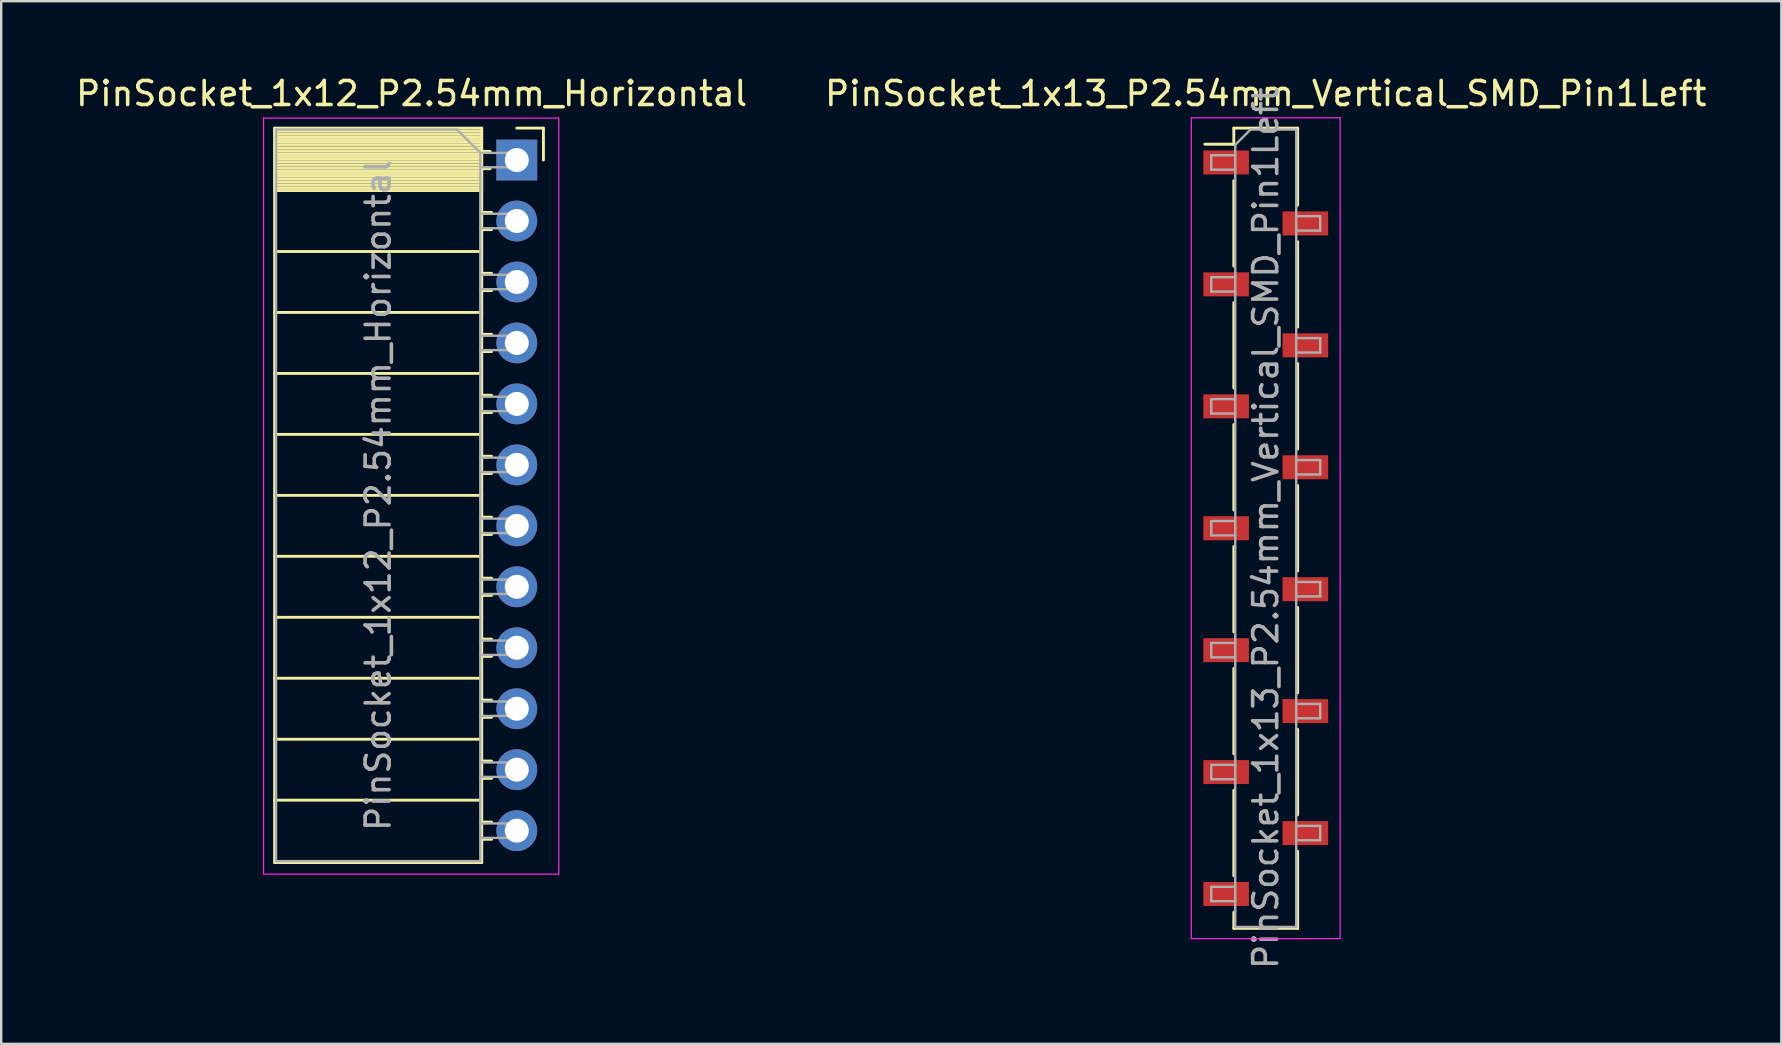
<source format=kicad_pcb>
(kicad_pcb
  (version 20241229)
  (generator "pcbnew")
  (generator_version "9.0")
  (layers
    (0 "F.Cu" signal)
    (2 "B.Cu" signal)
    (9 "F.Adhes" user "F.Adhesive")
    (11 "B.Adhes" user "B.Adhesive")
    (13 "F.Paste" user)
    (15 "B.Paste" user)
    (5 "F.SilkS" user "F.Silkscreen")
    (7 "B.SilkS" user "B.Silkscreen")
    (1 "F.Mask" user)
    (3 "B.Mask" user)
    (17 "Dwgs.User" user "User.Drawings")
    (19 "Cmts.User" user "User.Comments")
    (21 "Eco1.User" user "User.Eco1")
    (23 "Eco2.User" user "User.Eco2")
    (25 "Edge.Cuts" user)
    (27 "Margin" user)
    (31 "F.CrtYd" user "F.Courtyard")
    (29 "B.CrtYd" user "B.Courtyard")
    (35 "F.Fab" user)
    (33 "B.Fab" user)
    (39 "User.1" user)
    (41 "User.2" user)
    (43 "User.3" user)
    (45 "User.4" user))
  (footprint "PinSocket_1x13_P2.54mm_Vertical_SMD_Pin1Left"
    (layer "F.Cu")
    (at 49.685 18.958)
    (property "Reference" "PinSocket_1x13_P2.54mm_Vertical_SMD_Pin1Left" (at 0 -18.11 0) (layer "F.SilkS") (effects (font (size 1 1) (thickness 0.15))))
    (attr smd)
    (fp_line (start -2.54 -16) (end -1.33 -16) (stroke (width 0.12) (type solid)) (layer "F.SilkS"))
    (fp_line (start -1.33 -16.67) (end -1.33 -16) (stroke (width 0.12) (type solid)) (layer "F.SilkS"))
    (fp_line (start -1.33 -16.67) (end 1.33 -16.67) (stroke (width 0.12) (type solid)) (layer "F.SilkS"))
    (fp_line (start -1.33 -14.48) (end -1.33 -10.92) (stroke (width 0.12) (type solid)) (layer "F.SilkS"))
    (fp_line (start -1.33 -9.4) (end -1.33 -5.84) (stroke (width 0.12) (type solid)) (layer "F.SilkS"))
    (fp_line (start -1.33 -4.32) (end -1.33 -0.76) (stroke (width 0.12) (type solid)) (layer "F.SilkS"))
    (fp_line (start -1.33 0.76) (end -1.33 4.32) (stroke (width 0.12) (type solid)) (layer "F.SilkS"))
    (fp_line (start -1.33 5.84) (end -1.33 9.4) (stroke (width 0.12) (type solid)) (layer "F.SilkS"))
    (fp_line (start -1.33 10.92) (end -1.33 14.48) (stroke (width 0.12) (type solid)) (layer "F.SilkS"))
    (fp_line (start -1.33 16) (end -1.33 16.67) (stroke (width 0.12) (type solid)) (layer "F.SilkS"))
    (fp_line (start -1.33 16.67) (end 1.33 16.67) (stroke (width 0.12) (type solid)) (layer "F.SilkS"))
    (fp_line (start 1.33 -16.67) (end 1.33 -13.46) (stroke (width 0.12) (type solid)) (layer "F.SilkS"))
    (fp_line (start 1.33 -11.94) (end 1.33 -8.38) (stroke (width 0.12) (type solid)) (layer "F.SilkS"))
    (fp_line (start 1.33 -6.86) (end 1.33 -3.3) (stroke (width 0.12) (type solid)) (layer "F.SilkS"))
    (fp_line (start 1.33 -1.78) (end 1.33 1.78) (stroke (width 0.12) (type solid)) (layer "F.SilkS"))
    (fp_line (start 1.33 3.3) (end 1.33 6.86) (stroke (width 0.12) (type solid)) (layer "F.SilkS"))
    (fp_line (start 1.33 8.38) (end 1.33 11.94) (stroke (width 0.12) (type solid)) (layer "F.SilkS"))
    (fp_line (start 1.33 13.46) (end 1.33 16.67) (stroke (width 0.12) (type solid)) (layer "F.SilkS"))
    (fp_line (start -3.1 -17.1) (end 3.1 -17.1) (stroke (width 0.05) (type solid)) (layer "F.CrtYd"))
    (fp_line (start -3.1 17.1) (end -3.1 -17.1) (stroke (width 0.05) (type solid)) (layer "F.CrtYd"))
    (fp_line (start 3.1 -17.1) (end 3.1 17.1) (stroke (width 0.05) (type solid)) (layer "F.CrtYd"))
    (fp_line (start 3.1 17.1) (end -3.1 17.1) (stroke (width 0.05) (type solid)) (layer "F.CrtYd"))
    (fp_line (start -2.27 -15.54) (end -1.27 -15.54) (stroke (width 0.1) (type solid)) (layer "F.Fab"))
    (fp_line (start -2.27 -14.94) (end -2.27 -15.54) (stroke (width 0.1) (type solid)) (layer "F.Fab"))
    (fp_line (start -2.27 -10.46) (end -1.27 -10.46) (stroke (width 0.1) (type solid)) (layer "F.Fab"))
    (fp_line (start -2.27 -9.86) (end -2.27 -10.46) (stroke (width 0.1) (type solid)) (layer "F.Fab"))
    (fp_line (start -2.27 -5.38) (end -1.27 -5.38) (stroke (width 0.1) (type solid)) (layer "F.Fab"))
    (fp_line (start -2.27 -4.78) (end -2.27 -5.38) (stroke (width 0.1) (type solid)) (layer "F.Fab"))
    (fp_line (start -2.27 -0.3) (end -1.27 -0.3) (stroke (width 0.1) (type solid)) (layer "F.Fab"))
    (fp_line (start -2.27 0.3) (end -2.27 -0.3) (stroke (width 0.1) (type solid)) (layer "F.Fab"))
    (fp_line (start -2.27 4.78) (end -1.27 4.78) (stroke (width 0.1) (type solid)) (layer "F.Fab"))
    (fp_line (start -2.27 5.38) (end -2.27 4.78) (stroke (width 0.1) (type solid)) (layer "F.Fab"))
    (fp_line (start -2.27 9.86) (end -1.27 9.86) (stroke (width 0.1) (type solid)) (layer "F.Fab"))
    (fp_line (start -2.27 10.46) (end -2.27 9.86) (stroke (width 0.1) (type solid)) (layer "F.Fab"))
    (fp_line (start -2.27 14.94) (end -1.27 14.94) (stroke (width 0.1) (type solid)) (layer "F.Fab"))
    (fp_line (start -2.27 15.54) (end -2.27 14.94) (stroke (width 0.1) (type solid)) (layer "F.Fab"))
    (fp_line (start -1.27 -15.975) (end -0.635 -16.61) (stroke (width 0.1) (type solid)) (layer "F.Fab"))
    (fp_line (start -1.27 -14.94) (end -2.27 -14.94) (stroke (width 0.1) (type solid)) (layer "F.Fab"))
    (fp_line (start -1.27 -9.86) (end -2.27 -9.86) (stroke (width 0.1) (type solid)) (layer "F.Fab"))
    (fp_line (start -1.27 -4.78) (end -2.27 -4.78) (stroke (width 0.1) (type solid)) (layer "F.Fab"))
    (fp_line (start -1.27 0.3) (end -2.27 0.3) (stroke (width 0.1) (type solid)) (layer "F.Fab"))
    (fp_line (start -1.27 5.38) (end -2.27 5.38) (stroke (width 0.1) (type solid)) (layer "F.Fab"))
    (fp_line (start -1.27 10.46) (end -2.27 10.46) (stroke (width 0.1) (type solid)) (layer "F.Fab"))
    (fp_line (start -1.27 15.54) (end -2.27 15.54) (stroke (width 0.1) (type solid)) (layer "F.Fab"))
    (fp_line (start -1.27 16.61) (end -1.27 -15.975) (stroke (width 0.1) (type solid)) (layer "F.Fab"))
    (fp_line (start -0.635 -16.61) (end 1.27 -16.61) (stroke (width 0.1) (type solid)) (layer "F.Fab"))
    (fp_line (start 1.27 -16.61) (end 1.27 16.61) (stroke (width 0.1) (type solid)) (layer "F.Fab"))
    (fp_line (start 1.27 -13) (end 2.27 -13) (stroke (width 0.1) (type solid)) (layer "F.Fab"))
    (fp_line (start 1.27 -7.92) (end 2.27 -7.92) (stroke (width 0.1) (type solid)) (layer "F.Fab"))
    (fp_line (start 1.27 -2.84) (end 2.27 -2.84) (stroke (width 0.1) (type solid)) (layer "F.Fab"))
    (fp_line (start 1.27 2.24) (end 2.27 2.24) (stroke (width 0.1) (type solid)) (layer "F.Fab"))
    (fp_line (start 1.27 7.32) (end 2.27 7.32) (stroke (width 0.1) (type solid)) (layer "F.Fab"))
    (fp_line (start 1.27 12.4) (end 2.27 12.4) (stroke (width 0.1) (type solid)) (layer "F.Fab"))
    (fp_line (start 1.27 16.61) (end -1.27 16.61) (stroke (width 0.1) (type solid)) (layer "F.Fab"))
    (fp_line (start 2.27 -13) (end 2.27 -12.4) (stroke (width 0.1) (type solid)) (layer "F.Fab"))
    (fp_line (start 2.27 -12.4) (end 1.27 -12.4) (stroke (width 0.1) (type solid)) (layer "F.Fab"))
    (fp_line (start 2.27 -7.92) (end 2.27 -7.32) (stroke (width 0.1) (type solid)) (layer "F.Fab"))
    (fp_line (start 2.27 -7.32) (end 1.27 -7.32) (stroke (width 0.1) (type solid)) (layer "F.Fab"))
    (fp_line (start 2.27 -2.84) (end 2.27 -2.24) (stroke (width 0.1) (type solid)) (layer "F.Fab"))
    (fp_line (start 2.27 -2.24) (end 1.27 -2.24) (stroke (width 0.1) (type solid)) (layer "F.Fab"))
    (fp_line (start 2.27 2.24) (end 2.27 2.84) (stroke (width 0.1) (type solid)) (layer "F.Fab"))
    (fp_line (start 2.27 2.84) (end 1.27 2.84) (stroke (width 0.1) (type solid)) (layer "F.Fab"))
    (fp_line (start 2.27 7.32) (end 2.27 7.92) (stroke (width 0.1) (type solid)) (layer "F.Fab"))
    (fp_line (start 2.27 7.92) (end 1.27 7.92) (stroke (width 0.1) (type solid)) (layer "F.Fab"))
    (fp_line (start 2.27 12.4) (end 2.27 13) (stroke (width 0.1) (type solid)) (layer "F.Fab"))
    (fp_line (start 2.27 13) (end 1.27 13) (stroke (width 0.1) (type solid)) (layer "F.Fab"))
    (fp_text user "${REFERENCE}" (at 0 0 90) (layer "F.Fab") (effects (font (size 1 1) (thickness 0.15))))
    (pad "1" smd rect (at -1.65 -15.24) (size 1.9 1) (layers "F.Cu" "F.Mask" "F.Paste"))
    (pad "2" smd rect (at 1.65 -12.7) (size 1.9 1) (layers "F.Cu" "F.Mask" "F.Paste"))
    (pad "3" smd rect (at -1.65 -10.16) (size 1.9 1) (layers "F.Cu" "F.Mask" "F.Paste"))
    (pad "4" smd rect (at 1.65 -7.62) (size 1.9 1) (layers "F.Cu" "F.Mask" "F.Paste"))
    (pad "5" smd rect (at -1.65 -5.08) (size 1.9 1) (layers "F.Cu" "F.Mask" "F.Paste"))
    (pad "6" smd rect (at 1.65 -2.54) (size 1.9 1) (layers "F.Cu" "F.Mask" "F.Paste"))
    (pad "7" smd rect (at -1.65 0) (size 1.9 1) (layers "F.Cu" "F.Mask" "F.Paste"))
    (pad "8" smd rect (at 1.65 2.54) (size 1.9 1) (layers "F.Cu" "F.Mask" "F.Paste"))
    (pad "9" smd rect (at -1.65 5.08) (size 1.9 1) (layers "F.Cu" "F.Mask" "F.Paste"))
    (pad "10" smd rect (at 1.65 7.62) (size 1.9 1) (layers "F.Cu" "F.Mask" "F.Paste"))
    (pad "11" smd rect (at -1.65 10.16) (size 1.9 1) (layers "F.Cu" "F.Mask" "F.Paste"))
    (pad "12" smd rect (at 1.65 12.7) (size 1.9 1) (layers "F.Cu" "F.Mask" "F.Paste"))
    (pad "13" smd rect (at -1.65 15.24) (size 1.9 1) (layers "F.Cu" "F.Mask" "F.Paste")))
  (footprint "PinSocket_1x12_P2.54mm_Horizontal"
    (layer "F.Cu")
    (at 18.481 3.618)
    (property "Reference" "PinSocket_1x12_P2.54mm_Horizontal" (at -4.38 -2.77 0) (layer "F.SilkS") (effects (font (size 1 1) (thickness 0.15))))
    (attr through_hole)
    (fp_line (start -10.09 -1.33) (end -10.09 29.27) (stroke (width 0.12) (type solid)) (layer "F.SilkS"))
    (fp_line (start -10.09 -1.33) (end -1.46 -1.33) (stroke (width 0.12) (type solid)) (layer "F.SilkS"))
    (fp_line (start -10.09 -1.21) (end -1.46 -1.21) (stroke (width 0.12) (type solid)) (layer "F.SilkS"))
    (fp_line (start -10.09 -1.092) (end -1.46 -1.092) (stroke (width 0.12) (type solid)) (layer "F.SilkS"))
    (fp_line (start -10.09 -0.974) (end -1.46 -0.974) (stroke (width 0.12) (type solid)) (layer "F.SilkS"))
    (fp_line (start -10.09 -0.856) (end -1.46 -0.856) (stroke (width 0.12) (type solid)) (layer "F.SilkS"))
    (fp_line (start -10.09 -0.738) (end -1.46 -0.738) (stroke (width 0.12) (type solid)) (layer "F.SilkS"))
    (fp_line (start -10.09 -0.62) (end -1.46 -0.62) (stroke (width 0.12) (type solid)) (layer "F.SilkS"))
    (fp_line (start -10.09 -0.501) (end -1.46 -0.501) (stroke (width 0.12) (type solid)) (layer "F.SilkS"))
    (fp_line (start -10.09 -0.383) (end -1.46 -0.383) (stroke (width 0.12) (type solid)) (layer "F.SilkS"))
    (fp_line (start -10.09 -0.265) (end -1.46 -0.265) (stroke (width 0.12) (type solid)) (layer "F.SilkS"))
    (fp_line (start -10.09 -0.147) (end -1.46 -0.147) (stroke (width 0.12) (type solid)) (layer "F.SilkS"))
    (fp_line (start -10.09 -0.029) (end -1.46 -0.029) (stroke (width 0.12) (type solid)) (layer "F.SilkS"))
    (fp_line (start -10.09 0.089) (end -1.46 0.089) (stroke (width 0.12) (type solid)) (layer "F.SilkS"))
    (fp_line (start -10.09 0.207) (end -1.46 0.207) (stroke (width 0.12) (type solid)) (layer "F.SilkS"))
    (fp_line (start -10.09 0.325) (end -1.46 0.325) (stroke (width 0.12) (type solid)) (layer "F.SilkS"))
    (fp_line (start -10.09 0.443) (end -1.46 0.443) (stroke (width 0.12) (type solid)) (layer "F.SilkS"))
    (fp_line (start -10.09 0.561) (end -1.46 0.561) (stroke (width 0.12) (type solid)) (layer "F.SilkS"))
    (fp_line (start -10.09 0.68) (end -1.46 0.68) (stroke (width 0.12) (type solid)) (layer "F.SilkS"))
    (fp_line (start -10.09 0.798) (end -1.46 0.798) (stroke (width 0.12) (type solid)) (layer "F.SilkS"))
    (fp_line (start -10.09 0.916) (end -1.46 0.916) (stroke (width 0.12) (type solid)) (layer "F.SilkS"))
    (fp_line (start -10.09 1.034) (end -1.46 1.034) (stroke (width 0.12) (type solid)) (layer "F.SilkS"))
    (fp_line (start -10.09 1.152) (end -1.46 1.152) (stroke (width 0.12) (type solid)) (layer "F.SilkS"))
    (fp_line (start -10.09 1.27) (end -1.46 1.27) (stroke (width 0.12) (type solid)) (layer "F.SilkS"))
    (fp_line (start -10.09 3.81) (end -1.46 3.81) (stroke (width 0.12) (type solid)) (layer "F.SilkS"))
    (fp_line (start -10.09 6.35) (end -1.46 6.35) (stroke (width 0.12) (type solid)) (layer "F.SilkS"))
    (fp_line (start -10.09 8.89) (end -1.46 8.89) (stroke (width 0.12) (type solid)) (layer "F.SilkS"))
    (fp_line (start -10.09 11.43) (end -1.46 11.43) (stroke (width 0.12) (type solid)) (layer "F.SilkS"))
    (fp_line (start -10.09 13.97) (end -1.46 13.97) (stroke (width 0.12) (type solid)) (layer "F.SilkS"))
    (fp_line (start -10.09 16.51) (end -1.46 16.51) (stroke (width 0.12) (type solid)) (layer "F.SilkS"))
    (fp_line (start -10.09 19.05) (end -1.46 19.05) (stroke (width 0.12) (type solid)) (layer "F.SilkS"))
    (fp_line (start -10.09 21.59) (end -1.46 21.59) (stroke (width 0.12) (type solid)) (layer "F.SilkS"))
    (fp_line (start -10.09 24.13) (end -1.46 24.13) (stroke (width 0.12) (type solid)) (layer "F.SilkS"))
    (fp_line (start -10.09 26.67) (end -1.46 26.67) (stroke (width 0.12) (type solid)) (layer "F.SilkS"))
    (fp_line (start -10.09 29.27) (end -1.46 29.27) (stroke (width 0.12) (type solid)) (layer "F.SilkS"))
    (fp_line (start -1.46 -1.33) (end -1.46 29.27) (stroke (width 0.12) (type solid)) (layer "F.SilkS"))
    (fp_line (start -1.46 -0.36) (end -1.11 -0.36) (stroke (width 0.12) (type solid)) (layer "F.SilkS"))
    (fp_line (start -1.46 0.36) (end -1.11 0.36) (stroke (width 0.12) (type solid)) (layer "F.SilkS"))
    (fp_line (start -1.46 2.18) (end -1.05 2.18) (stroke (width 0.12) (type solid)) (layer "F.SilkS"))
    (fp_line (start -1.46 2.9) (end -1.05 2.9) (stroke (width 0.12) (type solid)) (layer "F.SilkS"))
    (fp_line (start -1.46 4.72) (end -1.05 4.72) (stroke (width 0.12) (type solid)) (layer "F.SilkS"))
    (fp_line (start -1.46 5.44) (end -1.05 5.44) (stroke (width 0.12) (type solid)) (layer "F.SilkS"))
    (fp_line (start -1.46 7.26) (end -1.05 7.26) (stroke (width 0.12) (type solid)) (layer "F.SilkS"))
    (fp_line (start -1.46 7.98) (end -1.05 7.98) (stroke (width 0.12) (type solid)) (layer "F.SilkS"))
    (fp_line (start -1.46 9.8) (end -1.05 9.8) (stroke (width 0.12) (type solid)) (layer "F.SilkS"))
    (fp_line (start -1.46 10.52) (end -1.05 10.52) (stroke (width 0.12) (type solid)) (layer "F.SilkS"))
    (fp_line (start -1.46 12.34) (end -1.05 12.34) (stroke (width 0.12) (type solid)) (layer "F.SilkS"))
    (fp_line (start -1.46 13.06) (end -1.05 13.06) (stroke (width 0.12) (type solid)) (layer "F.SilkS"))
    (fp_line (start -1.46 14.88) (end -1.05 14.88) (stroke (width 0.12) (type solid)) (layer "F.SilkS"))
    (fp_line (start -1.46 15.6) (end -1.05 15.6) (stroke (width 0.12) (type solid)) (layer "F.SilkS"))
    (fp_line (start -1.46 17.42) (end -1.05 17.42) (stroke (width 0.12) (type solid)) (layer "F.SilkS"))
    (fp_line (start -1.46 18.14) (end -1.05 18.14) (stroke (width 0.12) (type solid)) (layer "F.SilkS"))
    (fp_line (start -1.46 19.96) (end -1.05 19.96) (stroke (width 0.12) (type solid)) (layer "F.SilkS"))
    (fp_line (start -1.46 20.68) (end -1.05 20.68) (stroke (width 0.12) (type solid)) (layer "F.SilkS"))
    (fp_line (start -1.46 22.5) (end -1.05 22.5) (stroke (width 0.12) (type solid)) (layer "F.SilkS"))
    (fp_line (start -1.46 23.22) (end -1.05 23.22) (stroke (width 0.12) (type solid)) (layer "F.SilkS"))
    (fp_line (start -1.46 25.04) (end -1.05 25.04) (stroke (width 0.12) (type solid)) (layer "F.SilkS"))
    (fp_line (start -1.46 25.76) (end -1.05 25.76) (stroke (width 0.12) (type solid)) (layer "F.SilkS"))
    (fp_line (start -1.46 27.58) (end -1.05 27.58) (stroke (width 0.12) (type solid)) (layer "F.SilkS"))
    (fp_line (start -1.46 28.3) (end -1.05 28.3) (stroke (width 0.12) (type solid)) (layer "F.SilkS"))
    (fp_line (start 0 -1.33) (end 1.11 -1.33) (stroke (width 0.12) (type solid)) (layer "F.SilkS"))
    (fp_line (start 1.11 -1.33) (end 1.11 0) (stroke (width 0.12) (type solid)) (layer "F.SilkS"))
    (fp_line (start -10.55 -1.75) (end -10.55 29.75) (stroke (width 0.05) (type solid)) (layer "F.CrtYd"))
    (fp_line (start -10.55 29.75) (end 1.75 29.75) (stroke (width 0.05) (type solid)) (layer "F.CrtYd"))
    (fp_line (start 1.75 -1.75) (end -10.55 -1.75) (stroke (width 0.05) (type solid)) (layer "F.CrtYd"))
    (fp_line (start 1.75 29.75) (end 1.75 -1.75) (stroke (width 0.05) (type solid)) (layer "F.CrtYd"))
    (fp_line (start -10.03 -1.27) (end -2.49 -1.27) (stroke (width 0.1) (type solid)) (layer "F.Fab"))
    (fp_line (start -10.03 29.21) (end -10.03 -1.27) (stroke (width 0.1) (type solid)) (layer "F.Fab"))
    (fp_line (start -2.49 -1.27) (end -1.52 -0.3) (stroke (width 0.1) (type solid)) (layer "F.Fab"))
    (fp_line (start -1.52 -0.3) (end -1.52 29.21) (stroke (width 0.1) (type solid)) (layer "F.Fab"))
    (fp_line (start -1.52 0.3) (end 0 0.3) (stroke (width 0.1) (type solid)) (layer "F.Fab"))
    (fp_line (start -1.52 2.84) (end 0 2.84) (stroke (width 0.1) (type solid)) (layer "F.Fab"))
    (fp_line (start -1.52 5.38) (end 0 5.38) (stroke (width 0.1) (type solid)) (layer "F.Fab"))
    (fp_line (start -1.52 7.92) (end 0 7.92) (stroke (width 0.1) (type solid)) (layer "F.Fab"))
    (fp_line (start -1.52 10.46) (end 0 10.46) (stroke (width 0.1) (type solid)) (layer "F.Fab"))
    (fp_line (start -1.52 13) (end 0 13) (stroke (width 0.1) (type solid)) (layer "F.Fab"))
    (fp_line (start -1.52 15.54) (end 0 15.54) (stroke (width 0.1) (type solid)) (layer "F.Fab"))
    (fp_line (start -1.52 18.08) (end 0 18.08) (stroke (width 0.1) (type solid)) (layer "F.Fab"))
    (fp_line (start -1.52 20.62) (end 0 20.62) (stroke (width 0.1) (type solid)) (layer "F.Fab"))
    (fp_line (start -1.52 23.16) (end 0 23.16) (stroke (width 0.1) (type solid)) (layer "F.Fab"))
    (fp_line (start -1.52 25.7) (end 0 25.7) (stroke (width 0.1) (type solid)) (layer "F.Fab"))
    (fp_line (start -1.52 28.24) (end 0 28.24) (stroke (width 0.1) (type solid)) (layer "F.Fab"))
    (fp_line (start -1.52 29.21) (end -10.03 29.21) (stroke (width 0.1) (type solid)) (layer "F.Fab"))
    (fp_line (start 0 -0.3) (end -1.52 -0.3) (stroke (width 0.1) (type solid)) (layer "F.Fab"))
    (fp_line (start 0 0.3) (end 0 -0.3) (stroke (width 0.1) (type solid)) (layer "F.Fab"))
    (fp_line (start 0 2.24) (end -1.52 2.24) (stroke (width 0.1) (type solid)) (layer "F.Fab"))
    (fp_line (start 0 2.84) (end 0 2.24) (stroke (width 0.1) (type solid)) (layer "F.Fab"))
    (fp_line (start 0 4.78) (end -1.52 4.78) (stroke (width 0.1) (type solid)) (layer "F.Fab"))
    (fp_line (start 0 5.38) (end 0 4.78) (stroke (width 0.1) (type solid)) (layer "F.Fab"))
    (fp_line (start 0 7.32) (end -1.52 7.32) (stroke (width 0.1) (type solid)) (layer "F.Fab"))
    (fp_line (start 0 7.92) (end 0 7.32) (stroke (width 0.1) (type solid)) (layer "F.Fab"))
    (fp_line (start 0 9.86) (end -1.52 9.86) (stroke (width 0.1) (type solid)) (layer "F.Fab"))
    (fp_line (start 0 10.46) (end 0 9.86) (stroke (width 0.1) (type solid)) (layer "F.Fab"))
    (fp_line (start 0 12.4) (end -1.52 12.4) (stroke (width 0.1) (type solid)) (layer "F.Fab"))
    (fp_line (start 0 13) (end 0 12.4) (stroke (width 0.1) (type solid)) (layer "F.Fab"))
    (fp_line (start 0 14.94) (end -1.52 14.94) (stroke (width 0.1) (type solid)) (layer "F.Fab"))
    (fp_line (start 0 15.54) (end 0 14.94) (stroke (width 0.1) (type solid)) (layer "F.Fab"))
    (fp_line (start 0 17.48) (end -1.52 17.48) (stroke (width 0.1) (type solid)) (layer "F.Fab"))
    (fp_line (start 0 18.08) (end 0 17.48) (stroke (width 0.1) (type solid)) (layer "F.Fab"))
    (fp_line (start 0 20.02) (end -1.52 20.02) (stroke (width 0.1) (type solid)) (layer "F.Fab"))
    (fp_line (start 0 20.62) (end 0 20.02) (stroke (width 0.1) (type solid)) (layer "F.Fab"))
    (fp_line (start 0 22.56) (end -1.52 22.56) (stroke (width 0.1) (type solid)) (layer "F.Fab"))
    (fp_line (start 0 23.16) (end 0 22.56) (stroke (width 0.1) (type solid)) (layer "F.Fab"))
    (fp_line (start 0 25.1) (end -1.52 25.1) (stroke (width 0.1) (type solid)) (layer "F.Fab"))
    (fp_line (start 0 25.7) (end 0 25.1) (stroke (width 0.1) (type solid)) (layer "F.Fab"))
    (fp_line (start 0 27.64) (end -1.52 27.64) (stroke (width 0.1) (type solid)) (layer "F.Fab"))
    (fp_line (start 0 28.24) (end 0 27.64) (stroke (width 0.1) (type solid)) (layer "F.Fab"))
    (fp_text user "${REFERENCE}" (at -5.775 13.97 90) (layer "F.Fab") (effects (font (size 1 1) (thickness 0.15))))
    (pad "1" thru_hole rect (at 0 0) (size 1.7 1.7) (drill 1) (layers "*.Cu" "*.Mask"))
    (pad "2" thru_hole circle (at 0 2.54) (size 1.7 1.7) (drill 1) (layers "*.Cu" "*.Mask"))
    (pad "3" thru_hole circle (at 0 5.08) (size 1.7 1.7) (drill 1) (layers "*.Cu" "*.Mask"))
    (pad "4" thru_hole circle (at 0 7.62) (size 1.7 1.7) (drill 1) (layers "*.Cu" "*.Mask"))
    (pad "5" thru_hole circle (at 0 10.16) (size 1.7 1.7) (drill 1) (layers "*.Cu" "*.Mask"))
    (pad "6" thru_hole circle (at 0 12.7) (size 1.7 1.7) (drill 1) (layers "*.Cu" "*.Mask"))
    (pad "7" thru_hole circle (at 0 15.24) (size 1.7 1.7) (drill 1) (layers "*.Cu" "*.Mask"))
    (pad "8" thru_hole circle (at 0 17.78) (size 1.7 1.7) (drill 1) (layers "*.Cu" "*.Mask"))
    (pad "9" thru_hole circle (at 0 20.32) (size 1.7 1.7) (drill 1) (layers "*.Cu" "*.Mask"))
    (pad "10" thru_hole circle (at 0 22.86) (size 1.7 1.7) (drill 1) (layers "*.Cu" "*.Mask"))
    (pad "11" thru_hole circle (at 0 25.4) (size 1.7 1.7) (drill 1) (layers "*.Cu" "*.Mask"))
    (pad "12" thru_hole circle (at 0 27.94) (size 1.7 1.7) (drill 1) (layers "*.Cu" "*.Mask")))
  (gr_rect
    (start -3 -3)
    (end 71.167 40.44)
    (stroke (width 0.1) (type default))
    (fill no)
    (layer "Edge.Cuts")))
</source>
